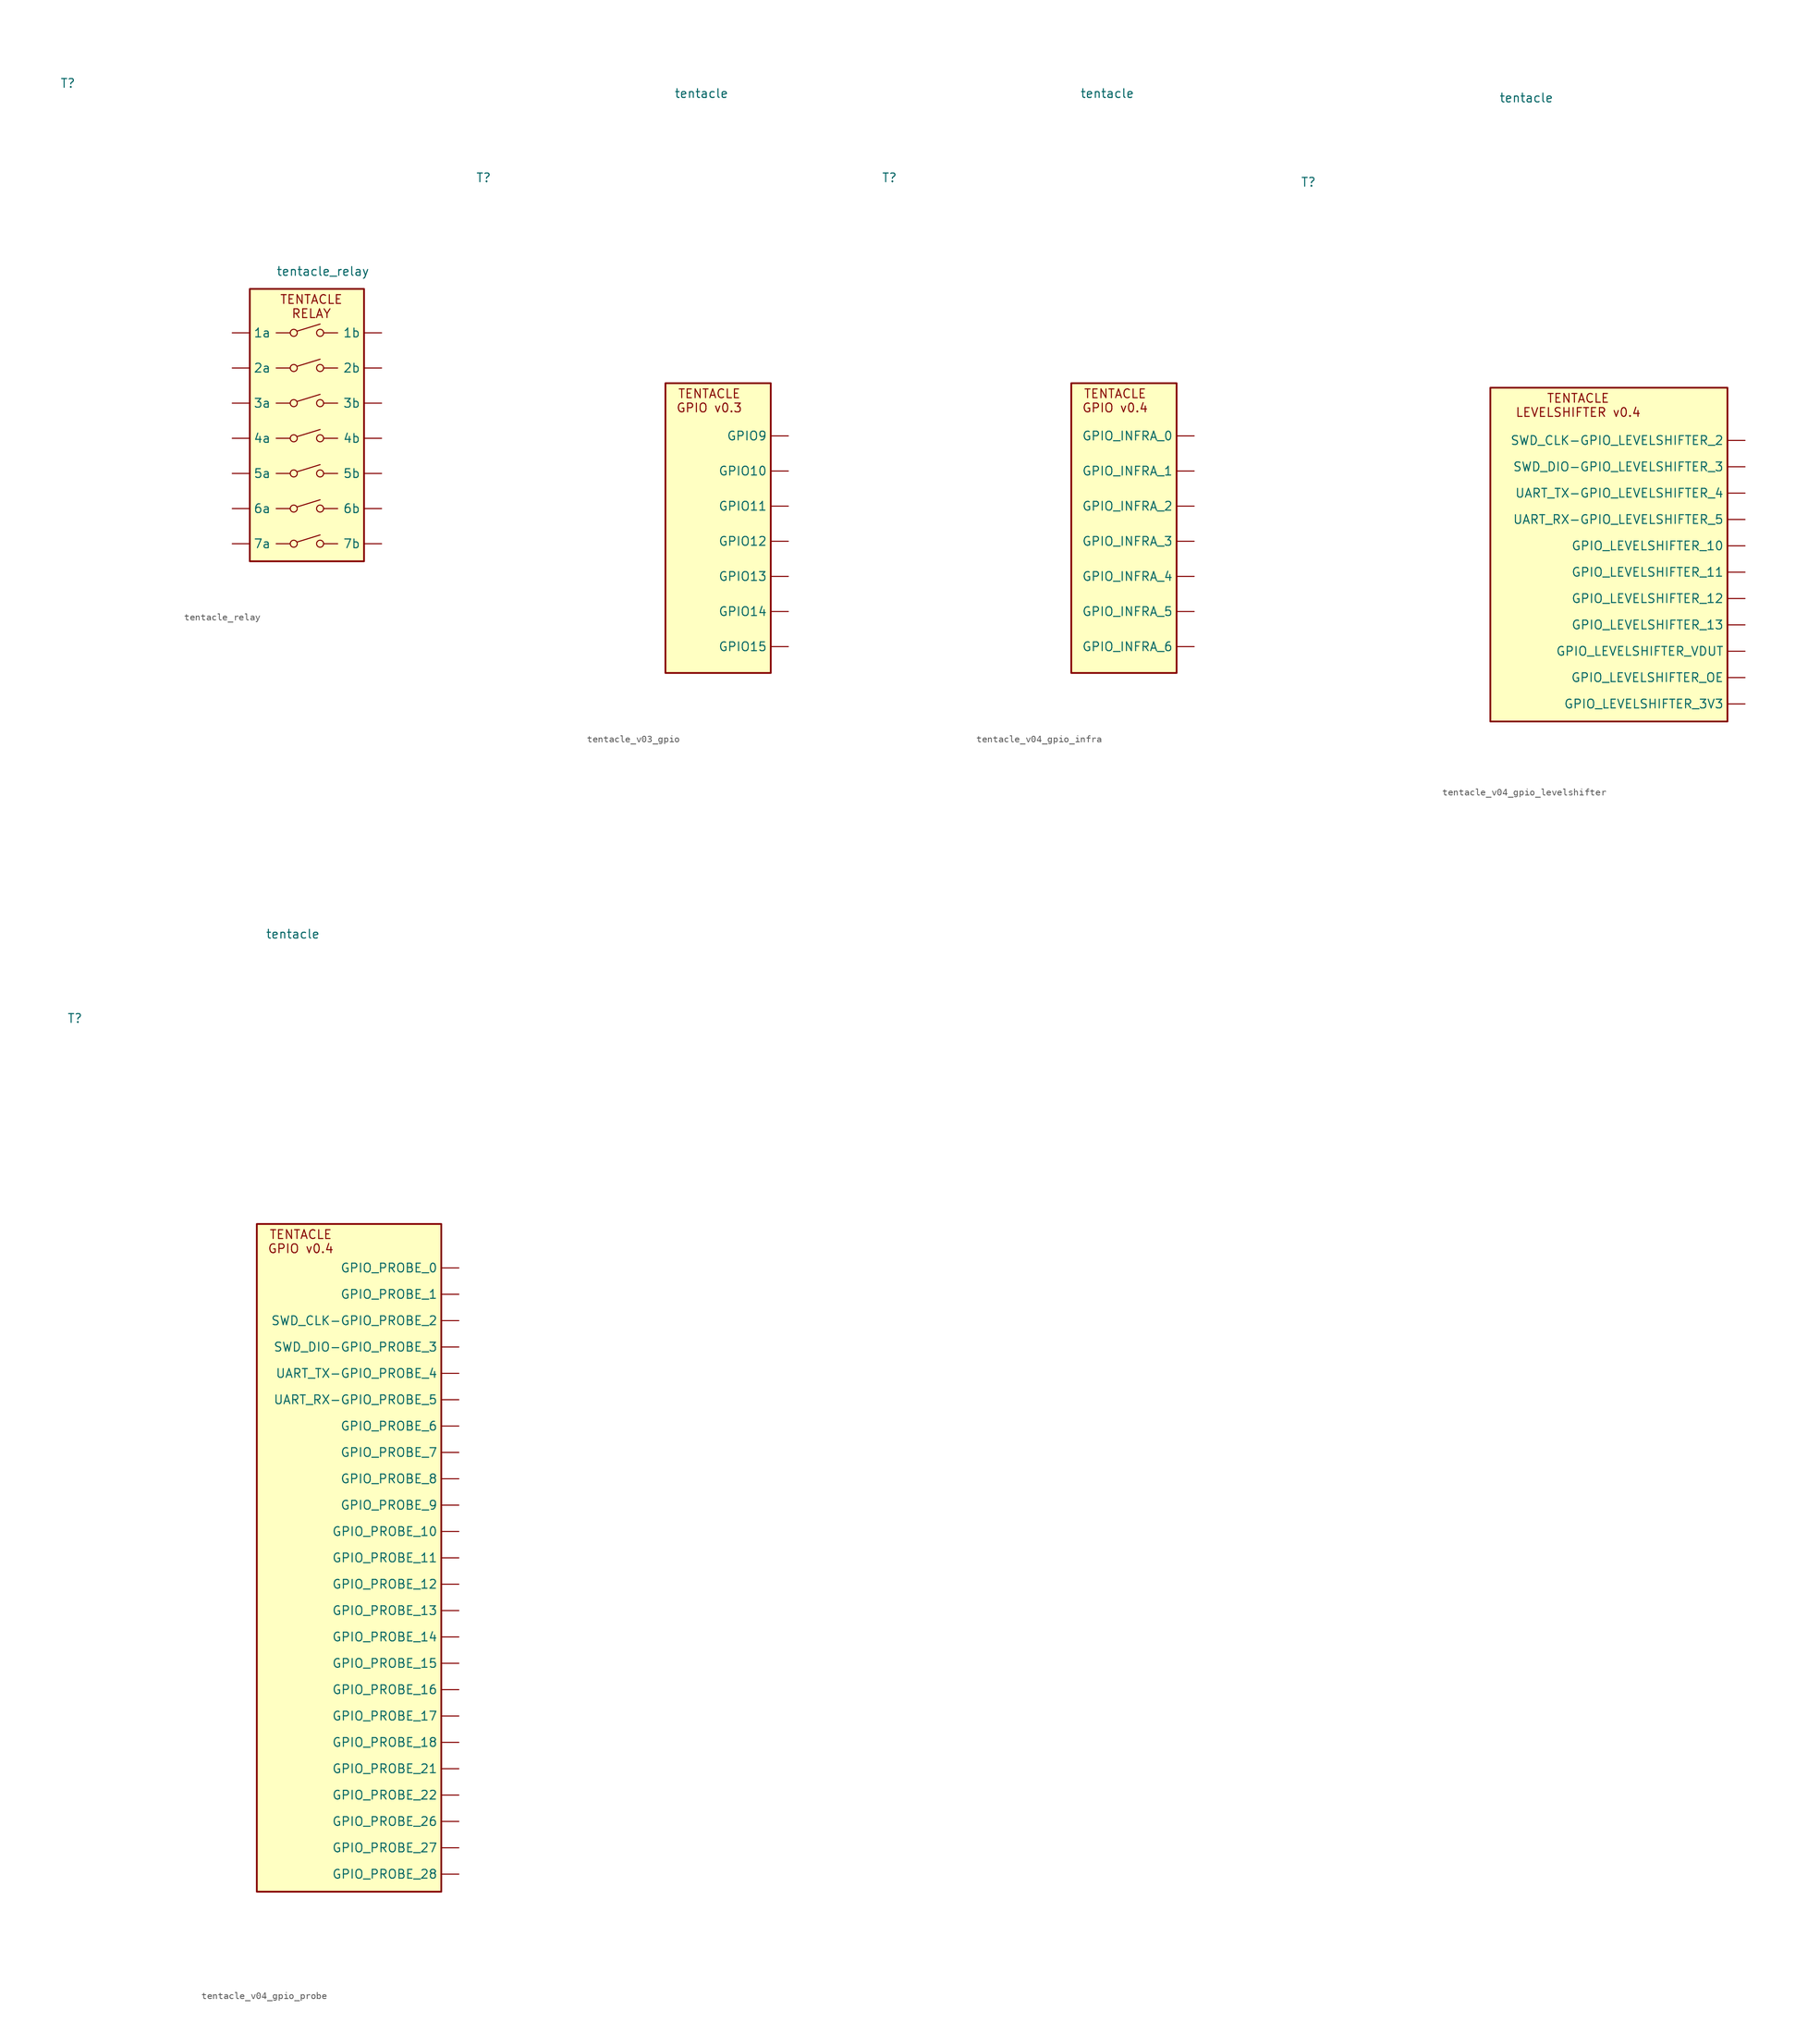
<source format=kicad_sym>
(kicad_symbol_lib
  (version 20231120)
  (generator "kicad_symbol_editor")
  (generator_version "8.0")
  (symbol "tentacle_relay"
    (pin_numbers hide)
    (property "Reference" "T"
      (at -27.432 29.718 0)
      (effects (font (size 1.27 1.27)) (justify left)))
    (property "Value" "tentacle_relay"
      (at 3.81 2.54 0)
      (effects (font (size 1.27 1.27)) (justify left)))
    (symbol "tentacle_relay_0_1"
      (polyline (pts (xy 5.842 -36.83) (xy 3.81 -36.83)) (stroke (width 0) (type default)) (fill (type none)))
      (polyline (pts (xy 5.842 -31.75) (xy 3.81 -31.75)) (stroke (width 0) (type default)) (fill (type none)))
      (polyline (pts (xy 5.842 -26.67) (xy 3.81 -26.67)) (stroke (width 0) (type default)) (fill (type none)))
      (polyline (pts (xy 5.842 -21.59) (xy 3.81 -21.59)) (stroke (width 0) (type default)) (fill (type none)))
      (polyline (pts (xy 5.842 -16.51) (xy 3.81 -16.51)) (stroke (width 0) (type default)) (fill (type none)))
      (polyline (pts (xy 5.842 -11.43) (xy 3.81 -11.43)) (stroke (width 0) (type default)) (fill (type none)))
      (polyline (pts (xy 5.842 -6.35) (xy 3.81 -6.35)) (stroke (width 0) (type default)) (fill (type none)))
      (polyline (pts (xy 6.858 -36.576) (xy 10.16 -35.56)) (stroke (width 0) (type default)) (fill (type none)))
      (polyline (pts (xy 6.858 -31.496) (xy 10.16 -30.48)) (stroke (width 0) (type default)) (fill (type none)))
      (polyline (pts (xy 6.858 -26.416) (xy 10.16 -25.4)) (stroke (width 0) (type default)) (fill (type none)))
      (polyline (pts (xy 6.858 -21.336) (xy 10.16 -20.32)) (stroke (width 0) (type default)) (fill (type none)))
      (polyline (pts (xy 6.858 -16.256) (xy 10.16 -15.24)) (stroke (width 0) (type default)) (fill (type none)))
      (polyline (pts (xy 6.858 -11.176) (xy 10.16 -10.16)) (stroke (width 0) (type default)) (fill (type none)))
      (polyline (pts (xy 6.858 -6.096) (xy 10.16 -5.08)) (stroke (width 0) (type default)) (fill (type none)))
      (polyline (pts (xy 12.7 -36.83) (xy 10.668 -36.83)) (stroke (width 0) (type default)) (fill (type none)))
      (polyline (pts (xy 12.7 -31.75) (xy 10.668 -31.75)) (stroke (width 0) (type default)) (fill (type none)))
      (polyline (pts (xy 12.7 -26.67) (xy 10.668 -26.67)) (stroke (width 0) (type default)) (fill (type none)))
      (polyline (pts (xy 12.7 -21.59) (xy 10.668 -21.59)) (stroke (width 0) (type default)) (fill (type none)))
      (polyline (pts (xy 12.7 -16.51) (xy 10.668 -16.51)) (stroke (width 0) (type default)) (fill (type none)))
      (polyline (pts (xy 12.7 -11.43) (xy 10.668 -11.43)) (stroke (width 0) (type default)) (fill (type none)))
      (polyline (pts (xy 12.7 -6.35) (xy 10.668 -6.35)) (stroke (width 0) (type default)) (fill (type none)))
      (circle (center 6.35 -36.83) (radius 0.508) (stroke (width 0) (type default)) (fill (type none)))
      (circle (center 6.35 -31.75) (radius 0.508) (stroke (width 0) (type default)) (fill (type none)))
      (circle (center 6.35 -26.67) (radius 0.508) (stroke (width 0) (type default)) (fill (type none)))
      (circle (center 6.35 -21.59) (radius 0.508) (stroke (width 0) (type default)) (fill (type none)))
      (circle (center 6.35 -16.51) (radius 0.508) (stroke (width 0) (type default)) (fill (type none)))
      (circle (center 6.35 -11.43) (radius 0.508) (stroke (width 0) (type default)) (fill (type none)))
      (circle (center 6.35 -6.35) (radius 0.508) (stroke (width 0) (type default)) (fill (type none)))
      (circle (center 10.16 -36.83) (radius 0.508) (stroke (width 0) (type default)) (fill (type none)))
      (circle (center 10.16 -31.75) (radius 0.508) (stroke (width 0) (type default)) (fill (type none)))
      (circle (center 10.16 -26.67) (radius 0.508) (stroke (width 0) (type default)) (fill (type none)))
      (circle (center 10.16 -21.59) (radius 0.508) (stroke (width 0) (type default)) (fill (type none)))
      (circle (center 10.16 -16.51) (radius 0.508) (stroke (width 0) (type default)) (fill (type none)))
      (circle (center 10.16 -11.43) (radius 0.508) (stroke (width 0) (type default)) (fill (type none)))
      (circle (center 10.16 -6.35) (radius 0.508) (stroke (width 0) (type default)) (fill (type none))))
    (symbol "tentacle_relay_1_1"
      (rectangle (start 0 0) (end 16.51 -39.37) (stroke (width 0.254) (type default)) (fill (type background)))
      (text "TENTACLE\nRELAY" (at 8.89 -2.54 0) (effects (font (size 1.27 1.27))))
      (pin passive line (at -2.54 -6.35 0) (length 2.54) (name "1a" (effects (font (size 1.27 1.27)))) (number "" (effects (font (size 1.27 1.27)))))
      (pin passive line (at 19.05 -6.35 180) (length 2.54) (name "1b" (effects (font (size 1.27 1.27)))) (number "" (effects (font (size 1.27 1.27)))))
      (pin passive line (at -2.54 -11.43 0) (length 2.54) (name "2a" (effects (font (size 1.27 1.27)))) (number "" (effects (font (size 1.27 1.27)))))
      (pin passive line (at 19.05 -11.43 180) (length 2.54) (name "2b" (effects (font (size 1.27 1.27)))) (number "" (effects (font (size 1.27 1.27)))))
      (pin passive line (at -2.54 -16.51 0) (length 2.54) (name "3a" (effects (font (size 1.27 1.27)))) (number "" (effects (font (size 1.27 1.27)))))
      (pin passive line (at 19.05 -16.51 180) (length 2.54) (name "3b" (effects (font (size 1.27 1.27)))) (number "" (effects (font (size 1.27 1.27)))))
      (pin passive line (at -2.54 -21.59 0) (length 2.54) (name "4a" (effects (font (size 1.27 1.27)))) (number "" (effects (font (size 1.27 1.27)))))
      (pin passive line (at 19.05 -21.59 180) (length 2.54) (name "4b" (effects (font (size 1.27 1.27)))) (number "" (effects (font (size 1.27 1.27)))))
      (pin passive line (at -2.54 -26.67 0) (length 2.54) (name "5a" (effects (font (size 1.27 1.27)))) (number "" (effects (font (size 1.27 1.27)))))
      (pin passive line (at 19.05 -26.67 180) (length 2.54) (name "5b" (effects (font (size 1.27 1.27)))) (number "" (effects (font (size 1.27 1.27)))))
      (pin passive line (at -2.54 -31.75 0) (length 2.54) (name "6a" (effects (font (size 1.27 1.27)))) (number "" (effects (font (size 1.27 1.27)))))
      (pin passive line (at 19.05 -31.75 180) (length 2.54) (name "6b" (effects (font (size 1.27 1.27)))) (number "" (effects (font (size 1.27 1.27)))))
      (pin passive line (at -2.54 -36.83 0) (length 2.54) (name "7a" (effects (font (size 1.27 1.27)))) (number "" (effects (font (size 1.27 1.27)))))
      (pin passive line (at 19.05 -36.83 180) (length 2.54) (name "7b" (effects (font (size 1.27 1.27)))) (number "" (effects (font (size 1.27 1.27)))))))
  (symbol "tentacle_v03_gpio"
    (pin_numbers hide)
    (property "Reference" "T"
      (at -27.432 29.718 0)
      (effects (font (size 1.27 1.27)) (justify left)))
    (property "Value" "tentacle"
      (at 1.27 41.91 0)
      (effects (font (size 1.27 1.27)) (justify left)))
    (symbol "tentacle_v03_gpio_1_1"
      (rectangle (start 0 0) (end 15.24 -41.91) (stroke (width 0.254) (type default)) (fill (type background)))
      (text "TENTACLE\nGPIO v0.3" (at 6.35 -2.54 0) (effects (font (size 1.27 1.27))))
      (pin passive line (at 17.78 -12.7 180) (length 2.54) (name "GPIO10" (effects (font (size 1.27 1.27)))) (number "" (effects (font (size 1.27 1.27)))))
      (pin passive line (at 17.78 -17.78 180) (length 2.54) (name "GPIO11" (effects (font (size 1.27 1.27)))) (number "" (effects (font (size 1.27 1.27)))))
      (pin passive line (at 17.78 -22.86 180) (length 2.54) (name "GPIO12" (effects (font (size 1.27 1.27)))) (number "" (effects (font (size 1.27 1.27)))))
      (pin passive line (at 17.78 -27.94 180) (length 2.54) (name "GPIO13" (effects (font (size 1.27 1.27)))) (number "" (effects (font (size 1.27 1.27)))))
      (pin passive line (at 17.78 -33.02 180) (length 2.54) (name "GPIO14" (effects (font (size 1.27 1.27)))) (number "" (effects (font (size 1.27 1.27)))))
      (pin passive line (at 17.78 -38.1 180) (length 2.54) (name "GPIO15" (effects (font (size 1.27 1.27)))) (number "" (effects (font (size 1.27 1.27)))))
      (pin passive line (at 17.78 -7.62 180) (length 2.54) (name "GPIO9" (effects (font (size 1.27 1.27)))) (number "" (effects (font (size 1.27 1.27)))))))
  (symbol "tentacle_v04_gpio_infra"
    (pin_numbers hide)
    (property "Reference" "T"
      (at -27.432 29.718 0)
      (effects (font (size 1.27 1.27)) (justify left)))
    (property "Value" "tentacle"
      (at 1.27 41.91 0)
      (effects (font (size 1.27 1.27)) (justify left)))
    (symbol "tentacle_v04_gpio_infra_1_1"
      (rectangle (start 0 0) (end 15.24 -41.91) (stroke (width 0.254) (type default)) (fill (type background)))
      (text "TENTACLE\nGPIO v0.4" (at 6.35 -2.54 0) (effects (font (size 1.27 1.27))))
      (pin passive line (at 17.78 -7.62 180) (length 2.54) (name "GPIO_INFRA_0" (effects (font (size 1.27 1.27)))) (number "" (effects (font (size 1.27 1.27)))))
      (pin passive line (at 17.78 -12.7 180) (length 2.54) (name "GPIO_INFRA_1" (effects (font (size 1.27 1.27)))) (number "" (effects (font (size 1.27 1.27)))))
      (pin passive line (at 17.78 -17.78 180) (length 2.54) (name "GPIO_INFRA_2" (effects (font (size 1.27 1.27)))) (number "" (effects (font (size 1.27 1.27)))))
      (pin passive line (at 17.78 -22.86 180) (length 2.54) (name "GPIO_INFRA_3" (effects (font (size 1.27 1.27)))) (number "" (effects (font (size 1.27 1.27)))))
      (pin passive line (at 17.78 -27.94 180) (length 2.54) (name "GPIO_INFRA_4" (effects (font (size 1.27 1.27)))) (number "" (effects (font (size 1.27 1.27)))))
      (pin passive line (at 17.78 -33.02 180) (length 2.54) (name "GPIO_INFRA_5" (effects (font (size 1.27 1.27)))) (number "" (effects (font (size 1.27 1.27)))))
      (pin passive line (at 17.78 -38.1 180) (length 2.54) (name "GPIO_INFRA_6" (effects (font (size 1.27 1.27)))) (number "" (effects (font (size 1.27 1.27)))))))
  (symbol "tentacle_v04_gpio_levelshifter"
    (pin_numbers hide)
    (property "Reference" "T"
      (at -27.432 29.718 0)
      (effects (font (size 1.27 1.27)) (justify left)))
    (property "Value" "tentacle"
      (at 1.27 41.91 0)
      (effects (font (size 1.27 1.27)) (justify left)))
    (symbol "tentacle_v04_gpio_levelshifter_1_1"
      (rectangle (start 0 0) (end 34.29 -48.26) (stroke (width 0.254) (type default)) (fill (type background)))
      (text "TENTACLE\nLEVELSHIFTER v0.4" (at 12.7 -2.54 0) (effects (font (size 1.27 1.27))))
      (pin passive line (at 36.83 -22.86 180) (length 2.54) (name "GPIO_LEVELSHIFTER_10" (effects (font (size 1.27 1.27)))) (number "" (effects (font (size 1.27 1.27)))))
      (pin passive line (at 36.83 -26.67 180) (length 2.54) (name "GPIO_LEVELSHIFTER_11" (effects (font (size 1.27 1.27)))) (number "" (effects (font (size 1.27 1.27)))))
      (pin passive line (at 36.83 -30.48 180) (length 2.54) (name "GPIO_LEVELSHIFTER_12" (effects (font (size 1.27 1.27)))) (number "" (effects (font (size 1.27 1.27)))))
      (pin passive line (at 36.83 -34.29 180) (length 2.54) (name "GPIO_LEVELSHIFTER_13" (effects (font (size 1.27 1.27)))) (number "" (effects (font (size 1.27 1.27)))))
      (pin passive line (at 36.83 -45.72 180) (length 2.54) (name "GPIO_LEVELSHIFTER_3V3" (effects (font (size 1.27 1.27)))) (number "" (effects (font (size 1.27 1.27)))))
      (pin passive line (at 36.83 -41.91 180) (length 2.54) (name "GPIO_LEVELSHIFTER_OE" (effects (font (size 1.27 1.27)))) (number "" (effects (font (size 1.27 1.27)))))
      (pin passive line (at 36.83 -38.1 180) (length 2.54) (name "GPIO_LEVELSHIFTER_VDUT" (effects (font (size 1.27 1.27)))) (number "" (effects (font (size 1.27 1.27)))))
      (pin passive line (at 36.83 -7.62 180) (length 2.54) (name "SWD_CLK-GPIO_LEVELSHIFTER_2" (effects (font (size 1.27 1.27)))) (number "" (effects (font (size 1.27 1.27)))))
      (pin passive line (at 36.83 -11.43 180) (length 2.54) (name "SWD_DIO-GPIO_LEVELSHIFTER_3" (effects (font (size 1.27 1.27)))) (number "" (effects (font (size 1.27 1.27)))))
      (pin passive line (at 36.83 -19.05 180) (length 2.54) (name "UART_RX-GPIO_LEVELSHIFTER_5" (effects (font (size 1.27 1.27)))) (number "" (effects (font (size 1.27 1.27)))))
      (pin passive line (at 36.83 -15.24 180) (length 2.54) (name "UART_TX-GPIO_LEVELSHIFTER_4" (effects (font (size 1.27 1.27)))) (number "" (effects (font (size 1.27 1.27)))))))
  (symbol "tentacle_v04_gpio_probe"
    (pin_numbers hide)
    (property "Reference" "T"
      (at -27.432 29.718 0)
      (effects (font (size 1.27 1.27)) (justify left)))
    (property "Value" "tentacle"
      (at 1.27 41.91 0)
      (effects (font (size 1.27 1.27)) (justify left)))
    (symbol "tentacle_v04_gpio_probe_1_1"
      (rectangle (start 0 0) (end 26.67 -96.52) (stroke (width 0.254) (type default)) (fill (type background)))
      (text "TENTACLE\nGPIO v0.4" (at 6.35 -2.54 0) (effects (font (size 1.27 1.27))))
      (pin passive line (at 29.21 -6.35 180) (length 2.54) (name "GPIO_PROBE_0" (effects (font (size 1.27 1.27)))) (number "" (effects (font (size 1.27 1.27)))))
      (pin passive line (at 29.21 -10.16 180) (length 2.54) (name "GPIO_PROBE_1" (effects (font (size 1.27 1.27)))) (number "" (effects (font (size 1.27 1.27)))))
      (pin passive line (at 29.21 -44.45 180) (length 2.54) (name "GPIO_PROBE_10" (effects (font (size 1.27 1.27)))) (number "" (effects (font (size 1.27 1.27)))))
      (pin passive line (at 29.21 -48.26 180) (length 2.54) (name "GPIO_PROBE_11" (effects (font (size 1.27 1.27)))) (number "" (effects (font (size 1.27 1.27)))))
      (pin passive line (at 29.21 -52.07 180) (length 2.54) (name "GPIO_PROBE_12" (effects (font (size 1.27 1.27)))) (number "" (effects (font (size 1.27 1.27)))))
      (pin passive line (at 29.21 -55.88 180) (length 2.54) (name "GPIO_PROBE_13" (effects (font (size 1.27 1.27)))) (number "" (effects (font (size 1.27 1.27)))))
      (pin passive line (at 29.21 -59.69 180) (length 2.54) (name "GPIO_PROBE_14" (effects (font (size 1.27 1.27)))) (number "" (effects (font (size 1.27 1.27)))))
      (pin passive line (at 29.21 -63.5 180) (length 2.54) (name "GPIO_PROBE_15" (effects (font (size 1.27 1.27)))) (number "" (effects (font (size 1.27 1.27)))))
      (pin passive line (at 29.21 -67.31 180) (length 2.54) (name "GPIO_PROBE_16" (effects (font (size 1.27 1.27)))) (number "" (effects (font (size 1.27 1.27)))))
      (pin passive line (at 29.21 -71.12 180) (length 2.54) (name "GPIO_PROBE_17" (effects (font (size 1.27 1.27)))) (number "" (effects (font (size 1.27 1.27)))))
      (pin passive line (at 29.21 -74.93 180) (length 2.54) (name "GPIO_PROBE_18" (effects (font (size 1.27 1.27)))) (number "" (effects (font (size 1.27 1.27)))))
      (pin passive line (at 29.21 -78.74 180) (length 2.54) (name "GPIO_PROBE_21" (effects (font (size 1.27 1.27)))) (number "" (effects (font (size 1.27 1.27)))))
      (pin passive line (at 29.21 -82.55 180) (length 2.54) (name "GPIO_PROBE_22" (effects (font (size 1.27 1.27)))) (number "" (effects (font (size 1.27 1.27)))))
      (pin passive line (at 29.21 -86.36 180) (length 2.54) (name "GPIO_PROBE_26" (effects (font (size 1.27 1.27)))) (number "" (effects (font (size 1.27 1.27)))))
      (pin passive line (at 29.21 -90.17 180) (length 2.54) (name "GPIO_PROBE_27" (effects (font (size 1.27 1.27)))) (number "" (effects (font (size 1.27 1.27)))))
      (pin passive line (at 29.21 -93.98 180) (length 2.54) (name "GPIO_PROBE_28" (effects (font (size 1.27 1.27)))) (number "" (effects (font (size 1.27 1.27)))))
      (pin passive line (at 29.21 -29.21 180) (length 2.54) (name "GPIO_PROBE_6" (effects (font (size 1.27 1.27)))) (number "" (effects (font (size 1.27 1.27)))))
      (pin passive line (at 29.21 -33.02 180) (length 2.54) (name "GPIO_PROBE_7" (effects (font (size 1.27 1.27)))) (number "" (effects (font (size 1.27 1.27)))))
      (pin passive line (at 29.21 -36.83 180) (length 2.54) (name "GPIO_PROBE_8" (effects (font (size 1.27 1.27)))) (number "" (effects (font (size 1.27 1.27)))))
      (pin passive line (at 29.21 -40.64 180) (length 2.54) (name "GPIO_PROBE_9" (effects (font (size 1.27 1.27)))) (number "" (effects (font (size 1.27 1.27)))))
      (pin passive line (at 29.21 -13.97 180) (length 2.54) (name "SWD_CLK-GPIO_PROBE_2" (effects (font (size 1.27 1.27)))) (number "" (effects (font (size 1.27 1.27)))))
      (pin passive line (at 29.21 -17.78 180) (length 2.54) (name "SWD_DIO-GPIO_PROBE_3" (effects (font (size 1.27 1.27)))) (number "" (effects (font (size 1.27 1.27)))))
      (pin passive line (at 29.21 -25.4 180) (length 2.54) (name "UART_RX-GPIO_PROBE_5" (effects (font (size 1.27 1.27)))) (number "" (effects (font (size 1.27 1.27)))))
      (pin passive line (at 29.21 -21.59 180) (length 2.54) (name "UART_TX-GPIO_PROBE_4" (effects (font (size 1.27 1.27)))) (number "" (effects (font (size 1.27 1.27))))))))
</source>
